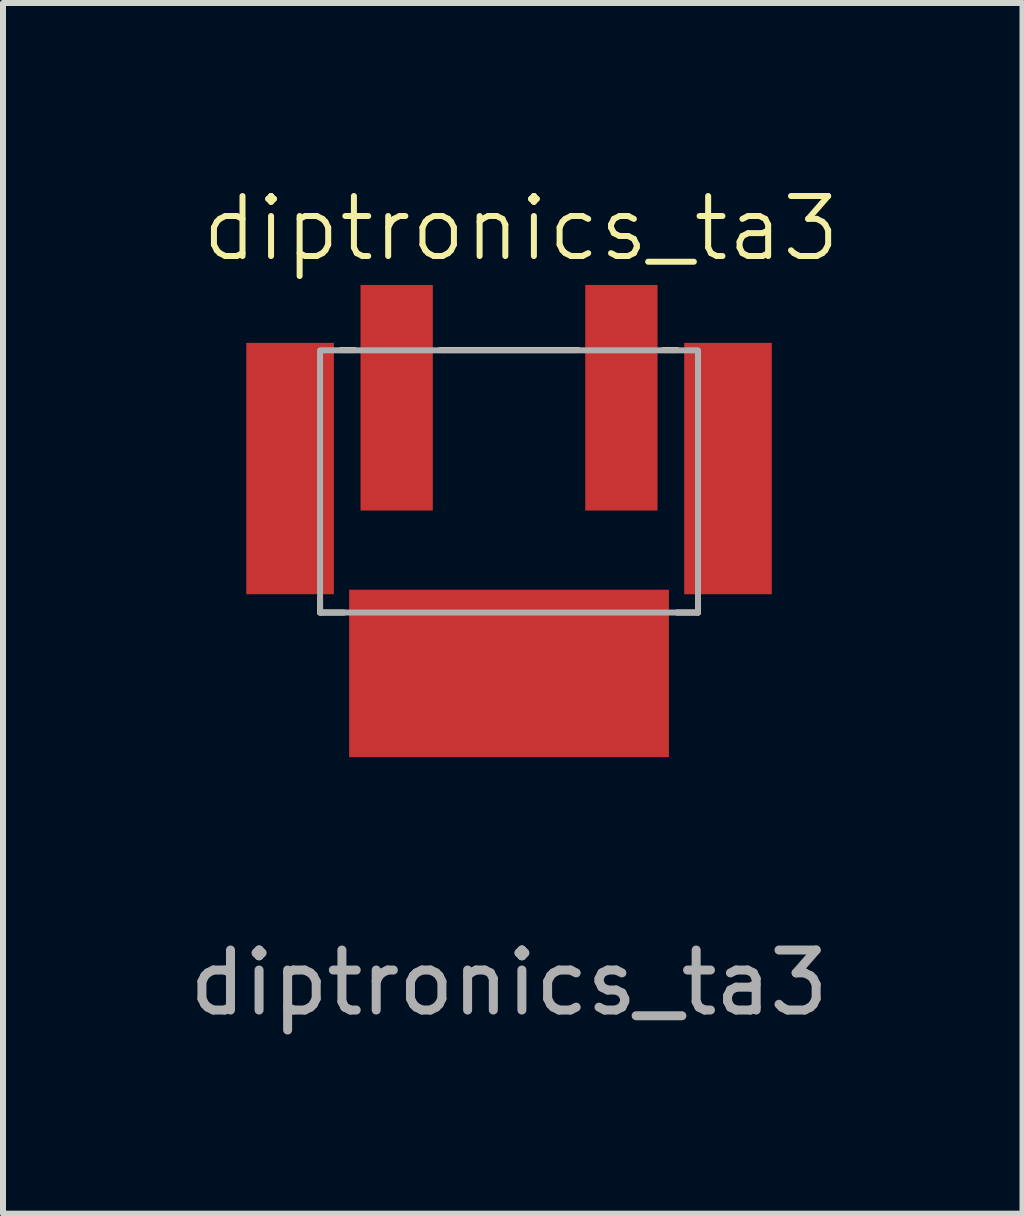
<source format=kicad_pcb>
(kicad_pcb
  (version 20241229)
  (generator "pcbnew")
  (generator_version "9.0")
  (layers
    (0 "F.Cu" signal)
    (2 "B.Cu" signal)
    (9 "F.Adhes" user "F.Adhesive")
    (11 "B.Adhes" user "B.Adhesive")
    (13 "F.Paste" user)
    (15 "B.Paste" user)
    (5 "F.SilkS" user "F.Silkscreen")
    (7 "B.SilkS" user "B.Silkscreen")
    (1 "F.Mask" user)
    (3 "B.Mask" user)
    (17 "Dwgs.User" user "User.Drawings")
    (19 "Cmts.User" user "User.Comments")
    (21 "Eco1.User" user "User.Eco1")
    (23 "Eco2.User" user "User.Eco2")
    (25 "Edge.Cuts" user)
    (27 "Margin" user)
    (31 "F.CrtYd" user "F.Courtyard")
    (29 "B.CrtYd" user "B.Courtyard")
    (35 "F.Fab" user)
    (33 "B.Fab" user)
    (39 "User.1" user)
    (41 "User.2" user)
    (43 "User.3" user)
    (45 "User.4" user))
  (footprint "diptronics_ta3"
    (layer "F.Cu")
    (at 5.435 7.16)
    (property "Reference" "diptronics_ta3" (at 0.2 -6.4 0) (unlocked yes) (layer "F.SilkS") (effects (font (size 1 1) (thickness 0.1))))
    (attr smd)
    (fp_line (start -3.15 -0.225) (end -3.15 0) (stroke (width 0.1) (type default)) (layer "F.SilkS"))
    (fp_line (start -3.15 0) (end -2.75 0) (stroke (width 0.1) (type default)) (layer "F.SilkS"))
    (fp_line (start -2.575 -4.375) (end -2.8 -4.375) (stroke (width 0.1) (type default)) (layer "F.SilkS"))
    (fp_line (start -1.15 -4.375) (end 1.15 -4.375) (stroke (width 0.1) (type default)) (layer "F.SilkS"))
    (fp_line (start 2.575 -4.375) (end 2.8 -4.375) (stroke (width 0.1) (type default)) (layer "F.SilkS"))
    (fp_line (start 3.15 -0.2) (end 3.15 0) (stroke (width 0.1) (type default)) (layer "F.SilkS"))
    (fp_line (start 3.15 0) (end 2.8 0) (stroke (width 0.1) (type default)) (layer "F.SilkS"))
    (fp_rect (start -3.15 -4.37) (end 3.15 0) (stroke (width 0.1) (type solid)) (fill no) (layer "F.Fab"))
    (fp_text user "${REFERENCE}" (at 0 6.171 0) (unlocked yes) (layer "F.Fab") (effects (font (size 1 1) (thickness 0.15))))
    (pad "1" smd rect (at -1.873 -3.58 90) (size 3.76 1.205) (layers "F.Cu" "F.Mask" "F.Paste"))
    (pad "2" smd rect (at 1.873 -3.58 90) (size 3.76 1.205) (layers "F.Cu" "F.Mask" "F.Paste"))
    (pad "MP" smd rect (at -3.65 -2.4) (size 1.46 4.19) (layers "F.Cu" "F.Mask" "F.Paste"))
    (pad "MP" smd rect (at 0 1.015) (size 5.33 2.79) (layers "F.Cu" "F.Mask" "F.Paste"))
    (pad "MP" smd rect (at 3.65 -2.4) (size 1.46 4.19) (layers "F.Cu" "F.Mask" "F.Paste")))
  (gr_rect
    (start -3 -3)
    (end 13.994 17.18)
    (stroke (width 0.1) (type default))
    (fill no)
    (layer "Edge.Cuts")))
</source>
